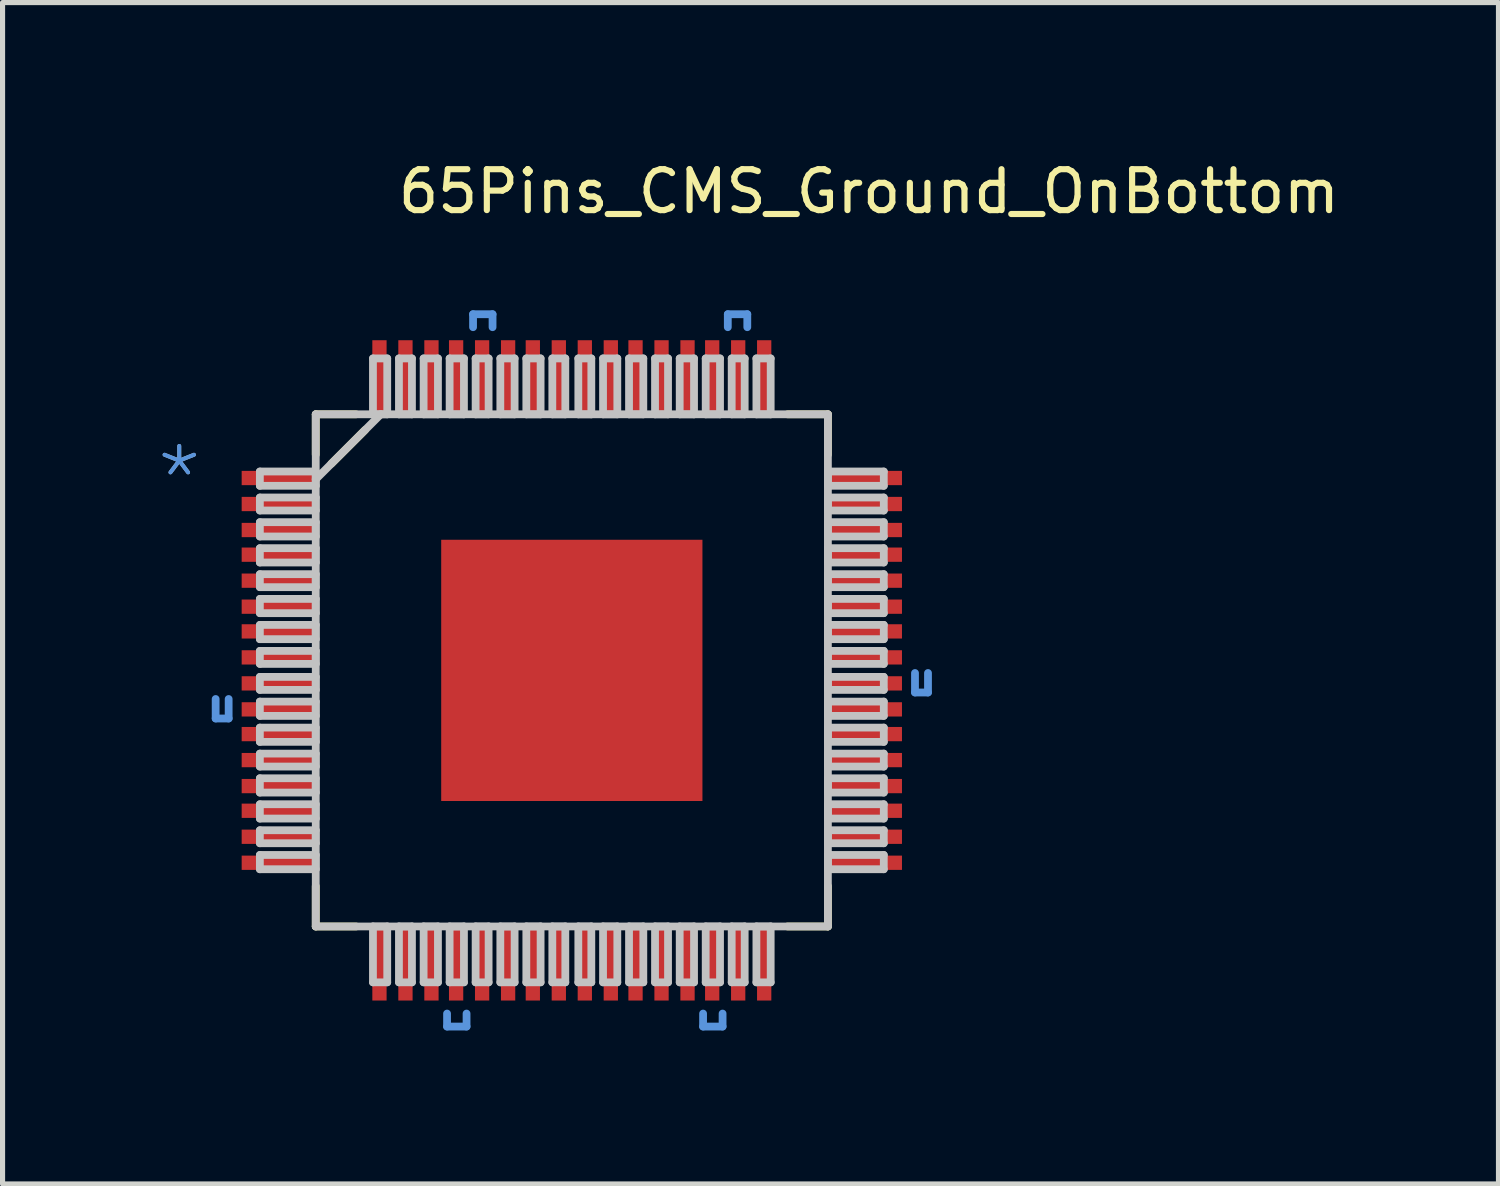
<source format=kicad_pcb>
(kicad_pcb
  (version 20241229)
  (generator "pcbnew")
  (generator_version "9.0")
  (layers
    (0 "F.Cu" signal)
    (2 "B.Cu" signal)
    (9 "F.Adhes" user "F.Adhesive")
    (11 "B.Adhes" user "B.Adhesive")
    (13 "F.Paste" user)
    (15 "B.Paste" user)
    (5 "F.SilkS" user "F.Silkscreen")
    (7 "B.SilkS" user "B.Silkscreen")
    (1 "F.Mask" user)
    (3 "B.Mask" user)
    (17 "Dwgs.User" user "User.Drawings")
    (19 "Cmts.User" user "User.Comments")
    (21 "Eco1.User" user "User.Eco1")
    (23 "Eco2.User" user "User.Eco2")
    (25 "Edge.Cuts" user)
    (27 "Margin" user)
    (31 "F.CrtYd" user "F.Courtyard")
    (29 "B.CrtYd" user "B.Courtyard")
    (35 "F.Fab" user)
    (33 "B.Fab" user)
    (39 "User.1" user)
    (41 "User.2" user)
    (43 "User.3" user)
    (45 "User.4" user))
  (footprint "65Pins_CMS_Ground_OnBottom"
    (layer "F.Cu")
    (at 8.124 10.05)
    (property "Reference" "65Pins_CMS_Ground_OnBottom" (at -3.454 -8.89 0) (layer "F.SilkS") (effects (font (size 0.8 0.8) (thickness 0.12)) (justify left bottom)))
    (attr through_hole)
    (fp_line (start -5.004 -5.004) (end -5.004 -4.216) (stroke (width 0.152) (type solid)) (layer "F.SilkS"))
    (fp_line (start -5.004 4.216) (end -5.004 5.004) (stroke (width 0.152) (type solid)) (layer "F.SilkS"))
    (fp_line (start -5.004 5.004) (end -4.216 5.004) (stroke (width 0.152) (type solid)) (layer "F.SilkS"))
    (fp_line (start -4.699 -4.039) (end -4.039 -4.699) (stroke (width 0.152) (type solid)) (layer "F.SilkS"))
    (fp_line (start -4.216 -5.004) (end -5.004 -5.004) (stroke (width 0.152) (type solid)) (layer "F.SilkS"))
    (fp_line (start 4.216 5.004) (end 5.004 5.004) (stroke (width 0.152) (type solid)) (layer "F.SilkS"))
    (fp_line (start 5.004 -5.004) (end 4.216 -5.004) (stroke (width 0.152) (type solid)) (layer "F.SilkS"))
    (fp_line (start 5.004 -4.216) (end 5.004 -5.004) (stroke (width 0.152) (type solid)) (layer "F.SilkS"))
    (fp_line (start 5.004 5.004) (end 5.004 4.216) (stroke (width 0.152) (type solid)) (layer "F.SilkS"))
    (fp_line (start -6.096 -3.886) (end -6.096 -3.607) (stroke (width 0.152) (type solid)) (layer "Dwgs.User"))
    (fp_line (start -6.096 -3.607) (end -5.004 -3.607) (stroke (width 0.152) (type solid)) (layer "Dwgs.User"))
    (fp_line (start -6.096 -3.378) (end -6.096 -3.124) (stroke (width 0.152) (type solid)) (layer "Dwgs.User"))
    (fp_line (start -6.096 -3.124) (end -5.004 -3.124) (stroke (width 0.152) (type solid)) (layer "Dwgs.User"))
    (fp_line (start -6.096 -2.896) (end -6.096 -2.616) (stroke (width 0.152) (type solid)) (layer "Dwgs.User"))
    (fp_line (start -6.096 -2.616) (end -5.004 -2.616) (stroke (width 0.152) (type solid)) (layer "Dwgs.User"))
    (fp_line (start -6.096 -2.388) (end -6.096 -2.108) (stroke (width 0.152) (type solid)) (layer "Dwgs.User"))
    (fp_line (start -6.096 -2.108) (end -5.004 -2.108) (stroke (width 0.152) (type solid)) (layer "Dwgs.User"))
    (fp_line (start -6.096 -1.88) (end -6.096 -1.626) (stroke (width 0.152) (type solid)) (layer "Dwgs.User"))
    (fp_line (start -6.096 -1.626) (end -5.004 -1.626) (stroke (width 0.152) (type solid)) (layer "Dwgs.User"))
    (fp_line (start -6.096 -1.397) (end -6.096 -1.118) (stroke (width 0.152) (type solid)) (layer "Dwgs.User"))
    (fp_line (start -6.096 -1.118) (end -5.004 -1.118) (stroke (width 0.152) (type solid)) (layer "Dwgs.User"))
    (fp_line (start -6.096 -0.889) (end -6.096 -0.61) (stroke (width 0.152) (type solid)) (layer "Dwgs.User"))
    (fp_line (start -6.096 -0.61) (end -5.004 -0.61) (stroke (width 0.152) (type solid)) (layer "Dwgs.User"))
    (fp_line (start -6.096 -0.381) (end -6.096 -0.127) (stroke (width 0.152) (type solid)) (layer "Dwgs.User"))
    (fp_line (start -6.096 -0.127) (end -5.004 -0.127) (stroke (width 0.152) (type solid)) (layer "Dwgs.User"))
    (fp_line (start -6.096 0.127) (end -6.096 0.381) (stroke (width 0.152) (type solid)) (layer "Dwgs.User"))
    (fp_line (start -6.096 0.381) (end -5.004 0.381) (stroke (width 0.152) (type solid)) (layer "Dwgs.User"))
    (fp_line (start -6.096 0.61) (end -6.096 0.889) (stroke (width 0.152) (type solid)) (layer "Dwgs.User"))
    (fp_line (start -6.096 0.889) (end -5.004 0.889) (stroke (width 0.152) (type solid)) (layer "Dwgs.User"))
    (fp_line (start -6.096 1.118) (end -6.096 1.397) (stroke (width 0.152) (type solid)) (layer "Dwgs.User"))
    (fp_line (start -6.096 1.397) (end -5.004 1.397) (stroke (width 0.152) (type solid)) (layer "Dwgs.User"))
    (fp_line (start -6.096 1.626) (end -6.096 1.88) (stroke (width 0.152) (type solid)) (layer "Dwgs.User"))
    (fp_line (start -6.096 1.88) (end -5.004 1.88) (stroke (width 0.152) (type solid)) (layer "Dwgs.User"))
    (fp_line (start -6.096 2.108) (end -6.096 2.388) (stroke (width 0.152) (type solid)) (layer "Dwgs.User"))
    (fp_line (start -6.096 2.388) (end -5.004 2.388) (stroke (width 0.152) (type solid)) (layer "Dwgs.User"))
    (fp_line (start -6.096 2.616) (end -6.096 2.896) (stroke (width 0.152) (type solid)) (layer "Dwgs.User"))
    (fp_line (start -6.096 2.896) (end -5.004 2.896) (stroke (width 0.152) (type solid)) (layer "Dwgs.User"))
    (fp_line (start -6.096 3.124) (end -6.096 3.378) (stroke (width 0.152) (type solid)) (layer "Dwgs.User"))
    (fp_line (start -6.096 3.378) (end -5.004 3.378) (stroke (width 0.152) (type solid)) (layer "Dwgs.User"))
    (fp_line (start -6.096 3.607) (end -6.096 3.886) (stroke (width 0.152) (type solid)) (layer "Dwgs.User"))
    (fp_line (start -6.096 3.886) (end -5.004 3.886) (stroke (width 0.152) (type solid)) (layer "Dwgs.User"))
    (fp_line (start -5.004 -5.004) (end -5.004 5.004) (stroke (width 0.152) (type solid)) (layer "Dwgs.User"))
    (fp_line (start -5.004 -3.886) (end -6.096 -3.886) (stroke (width 0.152) (type solid)) (layer "Dwgs.User"))
    (fp_line (start -5.004 -3.734) (end -5.004 -3.886) (stroke (width 0.152) (type solid)) (layer "Dwgs.User"))
    (fp_line (start -5.004 -3.734) (end -3.734 -5.004) (stroke (width 0.152) (type solid)) (layer "Dwgs.User"))
    (fp_line (start -5.004 -3.607) (end -5.004 -3.734) (stroke (width 0.152) (type solid)) (layer "Dwgs.User"))
    (fp_line (start -5.004 -3.378) (end -6.096 -3.378) (stroke (width 0.152) (type solid)) (layer "Dwgs.User"))
    (fp_line (start -5.004 -3.124) (end -5.004 -3.378) (stroke (width 0.152) (type solid)) (layer "Dwgs.User"))
    (fp_line (start -5.004 -2.896) (end -6.096 -2.896) (stroke (width 0.152) (type solid)) (layer "Dwgs.User"))
    (fp_line (start -5.004 -2.616) (end -5.004 -2.896) (stroke (width 0.152) (type solid)) (layer "Dwgs.User"))
    (fp_line (start -5.004 -2.388) (end -6.096 -2.388) (stroke (width 0.152) (type solid)) (layer "Dwgs.User"))
    (fp_line (start -5.004 -2.108) (end -5.004 -2.388) (stroke (width 0.152) (type solid)) (layer "Dwgs.User"))
    (fp_line (start -5.004 -1.88) (end -6.096 -1.88) (stroke (width 0.152) (type solid)) (layer "Dwgs.User"))
    (fp_line (start -5.004 -1.626) (end -5.004 -1.88) (stroke (width 0.152) (type solid)) (layer "Dwgs.User"))
    (fp_line (start -5.004 -1.397) (end -6.096 -1.397) (stroke (width 0.152) (type solid)) (layer "Dwgs.User"))
    (fp_line (start -5.004 -1.118) (end -5.004 -1.397) (stroke (width 0.152) (type solid)) (layer "Dwgs.User"))
    (fp_line (start -5.004 -0.889) (end -6.096 -0.889) (stroke (width 0.152) (type solid)) (layer "Dwgs.User"))
    (fp_line (start -5.004 -0.61) (end -5.004 -0.889) (stroke (width 0.152) (type solid)) (layer "Dwgs.User"))
    (fp_line (start -5.004 -0.381) (end -6.096 -0.381) (stroke (width 0.152) (type solid)) (layer "Dwgs.User"))
    (fp_line (start -5.004 -0.127) (end -5.004 -0.381) (stroke (width 0.152) (type solid)) (layer "Dwgs.User"))
    (fp_line (start -5.004 0.127) (end -6.096 0.127) (stroke (width 0.152) (type solid)) (layer "Dwgs.User"))
    (fp_line (start -5.004 0.381) (end -5.004 0.127) (stroke (width 0.152) (type solid)) (layer "Dwgs.User"))
    (fp_line (start -5.004 0.61) (end -6.096 0.61) (stroke (width 0.152) (type solid)) (layer "Dwgs.User"))
    (fp_line (start -5.004 0.889) (end -5.004 0.61) (stroke (width 0.152) (type solid)) (layer "Dwgs.User"))
    (fp_line (start -5.004 1.118) (end -6.096 1.118) (stroke (width 0.152) (type solid)) (layer "Dwgs.User"))
    (fp_line (start -5.004 1.397) (end -5.004 1.118) (stroke (width 0.152) (type solid)) (layer "Dwgs.User"))
    (fp_line (start -5.004 1.626) (end -6.096 1.626) (stroke (width 0.152) (type solid)) (layer "Dwgs.User"))
    (fp_line (start -5.004 1.88) (end -5.004 1.626) (stroke (width 0.152) (type solid)) (layer "Dwgs.User"))
    (fp_line (start -5.004 2.108) (end -6.096 2.108) (stroke (width 0.152) (type solid)) (layer "Dwgs.User"))
    (fp_line (start -5.004 2.388) (end -5.004 2.108) (stroke (width 0.152) (type solid)) (layer "Dwgs.User"))
    (fp_line (start -5.004 2.616) (end -6.096 2.616) (stroke (width 0.152) (type solid)) (layer "Dwgs.User"))
    (fp_line (start -5.004 2.896) (end -5.004 2.616) (stroke (width 0.152) (type solid)) (layer "Dwgs.User"))
    (fp_line (start -5.004 3.124) (end -6.096 3.124) (stroke (width 0.152) (type solid)) (layer "Dwgs.User"))
    (fp_line (start -5.004 3.378) (end -5.004 3.124) (stroke (width 0.152) (type solid)) (layer "Dwgs.User"))
    (fp_line (start -5.004 3.607) (end -6.096 3.607) (stroke (width 0.152) (type solid)) (layer "Dwgs.User"))
    (fp_line (start -5.004 3.886) (end -5.004 3.607) (stroke (width 0.152) (type solid)) (layer "Dwgs.User"))
    (fp_line (start -5.004 5.004) (end 5.004 5.004) (stroke (width 0.152) (type solid)) (layer "Dwgs.User"))
    (fp_line (start -3.886 -6.096) (end -3.886 -5.004) (stroke (width 0.152) (type solid)) (layer "Dwgs.User"))
    (fp_line (start -3.886 -5.004) (end -3.734 -5.004) (stroke (width 0.152) (type solid)) (layer "Dwgs.User"))
    (fp_line (start -3.886 5.004) (end -3.886 6.096) (stroke (width 0.152) (type solid)) (layer "Dwgs.User"))
    (fp_line (start -3.886 6.096) (end -3.607 6.096) (stroke (width 0.152) (type solid)) (layer "Dwgs.User"))
    (fp_line (start -3.734 -5.004) (end -3.607 -5.004) (stroke (width 0.152) (type solid)) (layer "Dwgs.User"))
    (fp_line (start -3.607 -6.096) (end -3.886 -6.096) (stroke (width 0.152) (type solid)) (layer "Dwgs.User"))
    (fp_line (start -3.607 -5.004) (end -3.607 -6.096) (stroke (width 0.152) (type solid)) (layer "Dwgs.User"))
    (fp_line (start -3.607 5.004) (end -3.886 5.004) (stroke (width 0.152) (type solid)) (layer "Dwgs.User"))
    (fp_line (start -3.607 6.096) (end -3.607 5.004) (stroke (width 0.152) (type solid)) (layer "Dwgs.User"))
    (fp_line (start -3.378 -6.096) (end -3.378 -5.004) (stroke (width 0.152) (type solid)) (layer "Dwgs.User"))
    (fp_line (start -3.378 -5.004) (end -3.124 -5.004) (stroke (width 0.152) (type solid)) (layer "Dwgs.User"))
    (fp_line (start -3.378 5.004) (end -3.378 6.096) (stroke (width 0.152) (type solid)) (layer "Dwgs.User"))
    (fp_line (start -3.378 6.096) (end -3.124 6.096) (stroke (width 0.152) (type solid)) (layer "Dwgs.User"))
    (fp_line (start -3.124 -6.096) (end -3.378 -6.096) (stroke (width 0.152) (type solid)) (layer "Dwgs.User"))
    (fp_line (start -3.124 -5.004) (end -3.124 -6.096) (stroke (width 0.152) (type solid)) (layer "Dwgs.User"))
    (fp_line (start -3.124 5.004) (end -3.378 5.004) (stroke (width 0.152) (type solid)) (layer "Dwgs.User"))
    (fp_line (start -3.124 6.096) (end -3.124 5.004) (stroke (width 0.152) (type solid)) (layer "Dwgs.User"))
    (fp_line (start -2.896 -6.096) (end -2.896 -5.004) (stroke (width 0.152) (type solid)) (layer "Dwgs.User"))
    (fp_line (start -2.896 -5.004) (end -2.616 -5.004) (stroke (width 0.152) (type solid)) (layer "Dwgs.User"))
    (fp_line (start -2.896 5.004) (end -2.896 6.096) (stroke (width 0.152) (type solid)) (layer "Dwgs.User"))
    (fp_line (start -2.896 6.096) (end -2.616 6.096) (stroke (width 0.152) (type solid)) (layer "Dwgs.User"))
    (fp_line (start -2.616 -6.096) (end -2.896 -6.096) (stroke (width 0.152) (type solid)) (layer "Dwgs.User"))
    (fp_line (start -2.616 -5.004) (end -2.616 -6.096) (stroke (width 0.152) (type solid)) (layer "Dwgs.User"))
    (fp_line (start -2.616 5.004) (end -2.896 5.004) (stroke (width 0.152) (type solid)) (layer "Dwgs.User"))
    (fp_line (start -2.616 6.096) (end -2.616 5.004) (stroke (width 0.152) (type solid)) (layer "Dwgs.User"))
    (fp_line (start -2.388 -6.096) (end -2.388 -5.004) (stroke (width 0.152) (type solid)) (layer "Dwgs.User"))
    (fp_line (start -2.388 -5.004) (end -2.108 -5.004) (stroke (width 0.152) (type solid)) (layer "Dwgs.User"))
    (fp_line (start -2.388 5.004) (end -2.388 6.096) (stroke (width 0.152) (type solid)) (layer "Dwgs.User"))
    (fp_line (start -2.388 6.096) (end -2.108 6.096) (stroke (width 0.152) (type solid)) (layer "Dwgs.User"))
    (fp_line (start -2.108 -6.096) (end -2.388 -6.096) (stroke (width 0.152) (type solid)) (layer "Dwgs.User"))
    (fp_line (start -2.108 -5.004) (end -2.108 -6.096) (stroke (width 0.152) (type solid)) (layer "Dwgs.User"))
    (fp_line (start -2.108 5.004) (end -2.388 5.004) (stroke (width 0.152) (type solid)) (layer "Dwgs.User"))
    (fp_line (start -2.108 6.096) (end -2.108 5.004) (stroke (width 0.152) (type solid)) (layer "Dwgs.User"))
    (fp_line (start -1.88 -6.096) (end -1.88 -5.004) (stroke (width 0.152) (type solid)) (layer "Dwgs.User"))
    (fp_line (start -1.88 -5.004) (end -1.626 -5.004) (stroke (width 0.152) (type solid)) (layer "Dwgs.User"))
    (fp_line (start -1.88 5.004) (end -1.88 6.096) (stroke (width 0.152) (type solid)) (layer "Dwgs.User"))
    (fp_line (start -1.88 6.096) (end -1.626 6.096) (stroke (width 0.152) (type solid)) (layer "Dwgs.User"))
    (fp_line (start -1.626 -6.096) (end -1.88 -6.096) (stroke (width 0.152) (type solid)) (layer "Dwgs.User"))
    (fp_line (start -1.626 -5.004) (end -1.626 -6.096) (stroke (width 0.152) (type solid)) (layer "Dwgs.User"))
    (fp_line (start -1.626 5.004) (end -1.88 5.004) (stroke (width 0.152) (type solid)) (layer "Dwgs.User"))
    (fp_line (start -1.626 6.096) (end -1.626 5.004) (stroke (width 0.152) (type solid)) (layer "Dwgs.User"))
    (fp_line (start -1.397 -6.096) (end -1.397 -5.004) (stroke (width 0.152) (type solid)) (layer "Dwgs.User"))
    (fp_line (start -1.397 -5.004) (end -1.118 -5.004) (stroke (width 0.152) (type solid)) (layer "Dwgs.User"))
    (fp_line (start -1.397 5.004) (end -1.397 6.096) (stroke (width 0.152) (type solid)) (layer "Dwgs.User"))
    (fp_line (start -1.397 6.096) (end -1.118 6.096) (stroke (width 0.152) (type solid)) (layer "Dwgs.User"))
    (fp_line (start -1.118 -6.096) (end -1.397 -6.096) (stroke (width 0.152) (type solid)) (layer "Dwgs.User"))
    (fp_line (start -1.118 -5.004) (end -1.118 -6.096) (stroke (width 0.152) (type solid)) (layer "Dwgs.User"))
    (fp_line (start -1.118 5.004) (end -1.397 5.004) (stroke (width 0.152) (type solid)) (layer "Dwgs.User"))
    (fp_line (start -1.118 6.096) (end -1.118 5.004) (stroke (width 0.152) (type solid)) (layer "Dwgs.User"))
    (fp_line (start -0.889 -6.096) (end -0.889 -5.004) (stroke (width 0.152) (type solid)) (layer "Dwgs.User"))
    (fp_line (start -0.889 -5.004) (end -0.61 -5.004) (stroke (width 0.152) (type solid)) (layer "Dwgs.User"))
    (fp_line (start -0.889 5.004) (end -0.889 6.096) (stroke (width 0.152) (type solid)) (layer "Dwgs.User"))
    (fp_line (start -0.889 6.096) (end -0.61 6.096) (stroke (width 0.152) (type solid)) (layer "Dwgs.User"))
    (fp_line (start -0.61 -6.096) (end -0.889 -6.096) (stroke (width 0.152) (type solid)) (layer "Dwgs.User"))
    (fp_line (start -0.61 -5.004) (end -0.61 -6.096) (stroke (width 0.152) (type solid)) (layer "Dwgs.User"))
    (fp_line (start -0.61 5.004) (end -0.889 5.004) (stroke (width 0.152) (type solid)) (layer "Dwgs.User"))
    (fp_line (start -0.61 6.096) (end -0.61 5.004) (stroke (width 0.152) (type solid)) (layer "Dwgs.User"))
    (fp_line (start -0.381 -6.096) (end -0.381 -5.004) (stroke (width 0.152) (type solid)) (layer "Dwgs.User"))
    (fp_line (start -0.381 -5.004) (end -0.127 -5.004) (stroke (width 0.152) (type solid)) (layer "Dwgs.User"))
    (fp_line (start -0.381 5.004) (end -0.381 6.096) (stroke (width 0.152) (type solid)) (layer "Dwgs.User"))
    (fp_line (start -0.381 6.096) (end -0.127 6.096) (stroke (width 0.152) (type solid)) (layer "Dwgs.User"))
    (fp_line (start -0.127 -6.096) (end -0.381 -6.096) (stroke (width 0.152) (type solid)) (layer "Dwgs.User"))
    (fp_line (start -0.127 -5.004) (end -0.127 -6.096) (stroke (width 0.152) (type solid)) (layer "Dwgs.User"))
    (fp_line (start -0.127 5.004) (end -0.381 5.004) (stroke (width 0.152) (type solid)) (layer "Dwgs.User"))
    (fp_line (start -0.127 6.096) (end -0.127 5.004) (stroke (width 0.152) (type solid)) (layer "Dwgs.User"))
    (fp_line (start 0.127 -6.096) (end 0.127 -5.004) (stroke (width 0.152) (type solid)) (layer "Dwgs.User"))
    (fp_line (start 0.127 -5.004) (end 0.381 -5.004) (stroke (width 0.152) (type solid)) (layer "Dwgs.User"))
    (fp_line (start 0.127 5.004) (end 0.127 6.096) (stroke (width 0.152) (type solid)) (layer "Dwgs.User"))
    (fp_line (start 0.127 6.096) (end 0.381 6.096) (stroke (width 0.152) (type solid)) (layer "Dwgs.User"))
    (fp_line (start 0.381 -6.096) (end 0.127 -6.096) (stroke (width 0.152) (type solid)) (layer "Dwgs.User"))
    (fp_line (start 0.381 -5.004) (end 0.381 -6.096) (stroke (width 0.152) (type solid)) (layer "Dwgs.User"))
    (fp_line (start 0.381 5.004) (end 0.127 5.004) (stroke (width 0.152) (type solid)) (layer "Dwgs.User"))
    (fp_line (start 0.381 6.096) (end 0.381 5.004) (stroke (width 0.152) (type solid)) (layer "Dwgs.User"))
    (fp_line (start 0.61 -6.096) (end 0.61 -5.004) (stroke (width 0.152) (type solid)) (layer "Dwgs.User"))
    (fp_line (start 0.61 -5.004) (end 0.889 -5.004) (stroke (width 0.152) (type solid)) (layer "Dwgs.User"))
    (fp_line (start 0.61 5.004) (end 0.61 6.096) (stroke (width 0.152) (type solid)) (layer "Dwgs.User"))
    (fp_line (start 0.61 6.096) (end 0.889 6.096) (stroke (width 0.152) (type solid)) (layer "Dwgs.User"))
    (fp_line (start 0.889 -6.096) (end 0.61 -6.096) (stroke (width 0.152) (type solid)) (layer "Dwgs.User"))
    (fp_line (start 0.889 -5.004) (end 0.889 -6.096) (stroke (width 0.152) (type solid)) (layer "Dwgs.User"))
    (fp_line (start 0.889 5.004) (end 0.61 5.004) (stroke (width 0.152) (type solid)) (layer "Dwgs.User"))
    (fp_line (start 0.889 6.096) (end 0.889 5.004) (stroke (width 0.152) (type solid)) (layer "Dwgs.User"))
    (fp_line (start 1.118 -6.096) (end 1.118 -5.004) (stroke (width 0.152) (type solid)) (layer "Dwgs.User"))
    (fp_line (start 1.118 -5.004) (end 1.397 -5.004) (stroke (width 0.152) (type solid)) (layer "Dwgs.User"))
    (fp_line (start 1.118 5.004) (end 1.118 6.096) (stroke (width 0.152) (type solid)) (layer "Dwgs.User"))
    (fp_line (start 1.118 6.096) (end 1.397 6.096) (stroke (width 0.152) (type solid)) (layer "Dwgs.User"))
    (fp_line (start 1.397 -6.096) (end 1.118 -6.096) (stroke (width 0.152) (type solid)) (layer "Dwgs.User"))
    (fp_line (start 1.397 -5.004) (end 1.397 -6.096) (stroke (width 0.152) (type solid)) (layer "Dwgs.User"))
    (fp_line (start 1.397 5.004) (end 1.118 5.004) (stroke (width 0.152) (type solid)) (layer "Dwgs.User"))
    (fp_line (start 1.397 6.096) (end 1.397 5.004) (stroke (width 0.152) (type solid)) (layer "Dwgs.User"))
    (fp_line (start 1.626 -6.096) (end 1.626 -5.004) (stroke (width 0.152) (type solid)) (layer "Dwgs.User"))
    (fp_line (start 1.626 -5.004) (end 1.88 -5.004) (stroke (width 0.152) (type solid)) (layer "Dwgs.User"))
    (fp_line (start 1.626 5.004) (end 1.626 6.096) (stroke (width 0.152) (type solid)) (layer "Dwgs.User"))
    (fp_line (start 1.626 6.096) (end 1.88 6.096) (stroke (width 0.152) (type solid)) (layer "Dwgs.User"))
    (fp_line (start 1.88 -6.096) (end 1.626 -6.096) (stroke (width 0.152) (type solid)) (layer "Dwgs.User"))
    (fp_line (start 1.88 -5.004) (end 1.88 -6.096) (stroke (width 0.152) (type solid)) (layer "Dwgs.User"))
    (fp_line (start 1.88 5.004) (end 1.626 5.004) (stroke (width 0.152) (type solid)) (layer "Dwgs.User"))
    (fp_line (start 1.88 6.096) (end 1.88 5.004) (stroke (width 0.152) (type solid)) (layer "Dwgs.User"))
    (fp_line (start 2.108 -6.096) (end 2.108 -5.004) (stroke (width 0.152) (type solid)) (layer "Dwgs.User"))
    (fp_line (start 2.108 -5.004) (end 2.388 -5.004) (stroke (width 0.152) (type solid)) (layer "Dwgs.User"))
    (fp_line (start 2.108 5.004) (end 2.108 6.096) (stroke (width 0.152) (type solid)) (layer "Dwgs.User"))
    (fp_line (start 2.108 6.096) (end 2.388 6.096) (stroke (width 0.152) (type solid)) (layer "Dwgs.User"))
    (fp_line (start 2.388 -6.096) (end 2.108 -6.096) (stroke (width 0.152) (type solid)) (layer "Dwgs.User"))
    (fp_line (start 2.388 -5.004) (end 2.388 -6.096) (stroke (width 0.152) (type solid)) (layer "Dwgs.User"))
    (fp_line (start 2.388 5.004) (end 2.108 5.004) (stroke (width 0.152) (type solid)) (layer "Dwgs.User"))
    (fp_line (start 2.388 6.096) (end 2.388 5.004) (stroke (width 0.152) (type solid)) (layer "Dwgs.User"))
    (fp_line (start 2.616 -6.096) (end 2.616 -5.004) (stroke (width 0.152) (type solid)) (layer "Dwgs.User"))
    (fp_line (start 2.616 -5.004) (end 2.896 -5.004) (stroke (width 0.152) (type solid)) (layer "Dwgs.User"))
    (fp_line (start 2.616 5.004) (end 2.616 6.096) (stroke (width 0.152) (type solid)) (layer "Dwgs.User"))
    (fp_line (start 2.616 6.096) (end 2.896 6.096) (stroke (width 0.152) (type solid)) (layer "Dwgs.User"))
    (fp_line (start 2.896 -6.096) (end 2.616 -6.096) (stroke (width 0.152) (type solid)) (layer "Dwgs.User"))
    (fp_line (start 2.896 -5.004) (end 2.896 -6.096) (stroke (width 0.152) (type solid)) (layer "Dwgs.User"))
    (fp_line (start 2.896 5.004) (end 2.616 5.004) (stroke (width 0.152) (type solid)) (layer "Dwgs.User"))
    (fp_line (start 2.896 6.096) (end 2.896 5.004) (stroke (width 0.152) (type solid)) (layer "Dwgs.User"))
    (fp_line (start 3.124 -6.096) (end 3.124 -5.004) (stroke (width 0.152) (type solid)) (layer "Dwgs.User"))
    (fp_line (start 3.124 -5.004) (end 3.378 -5.004) (stroke (width 0.152) (type solid)) (layer "Dwgs.User"))
    (fp_line (start 3.124 5.004) (end 3.124 6.096) (stroke (width 0.152) (type solid)) (layer "Dwgs.User"))
    (fp_line (start 3.124 6.096) (end 3.378 6.096) (stroke (width 0.152) (type solid)) (layer "Dwgs.User"))
    (fp_line (start 3.378 -6.096) (end 3.124 -6.096) (stroke (width 0.152) (type solid)) (layer "Dwgs.User"))
    (fp_line (start 3.378 -5.004) (end 3.378 -6.096) (stroke (width 0.152) (type solid)) (layer "Dwgs.User"))
    (fp_line (start 3.378 5.004) (end 3.124 5.004) (stroke (width 0.152) (type solid)) (layer "Dwgs.User"))
    (fp_line (start 3.378 6.096) (end 3.378 5.004) (stroke (width 0.152) (type solid)) (layer "Dwgs.User"))
    (fp_line (start 3.607 -6.096) (end 3.607 -5.004) (stroke (width 0.152) (type solid)) (layer "Dwgs.User"))
    (fp_line (start 3.607 -5.004) (end 3.886 -5.004) (stroke (width 0.152) (type solid)) (layer "Dwgs.User"))
    (fp_line (start 3.607 5.004) (end 3.607 6.096) (stroke (width 0.152) (type solid)) (layer "Dwgs.User"))
    (fp_line (start 3.607 6.096) (end 3.886 6.096) (stroke (width 0.152) (type solid)) (layer "Dwgs.User"))
    (fp_line (start 3.886 -6.096) (end 3.607 -6.096) (stroke (width 0.152) (type solid)) (layer "Dwgs.User"))
    (fp_line (start 3.886 -5.004) (end 3.886 -6.096) (stroke (width 0.152) (type solid)) (layer "Dwgs.User"))
    (fp_line (start 3.886 5.004) (end 3.607 5.004) (stroke (width 0.152) (type solid)) (layer "Dwgs.User"))
    (fp_line (start 3.886 6.096) (end 3.886 5.004) (stroke (width 0.152) (type solid)) (layer "Dwgs.User"))
    (fp_line (start 5.004 -5.004) (end -5.004 -5.004) (stroke (width 0.152) (type solid)) (layer "Dwgs.User"))
    (fp_line (start 5.004 -3.886) (end 5.004 -3.607) (stroke (width 0.152) (type solid)) (layer "Dwgs.User"))
    (fp_line (start 5.004 -3.607) (end 6.096 -3.607) (stroke (width 0.152) (type solid)) (layer "Dwgs.User"))
    (fp_line (start 5.004 -3.378) (end 5.004 -3.124) (stroke (width 0.152) (type solid)) (layer "Dwgs.User"))
    (fp_line (start 5.004 -3.124) (end 6.096 -3.124) (stroke (width 0.152) (type solid)) (layer "Dwgs.User"))
    (fp_line (start 5.004 -2.896) (end 5.004 -2.616) (stroke (width 0.152) (type solid)) (layer "Dwgs.User"))
    (fp_line (start 5.004 -2.616) (end 6.096 -2.616) (stroke (width 0.152) (type solid)) (layer "Dwgs.User"))
    (fp_line (start 5.004 -2.388) (end 5.004 -2.108) (stroke (width 0.152) (type solid)) (layer "Dwgs.User"))
    (fp_line (start 5.004 -2.108) (end 6.096 -2.108) (stroke (width 0.152) (type solid)) (layer "Dwgs.User"))
    (fp_line (start 5.004 -1.88) (end 5.004 -1.626) (stroke (width 0.152) (type solid)) (layer "Dwgs.User"))
    (fp_line (start 5.004 -1.626) (end 6.096 -1.626) (stroke (width 0.152) (type solid)) (layer "Dwgs.User"))
    (fp_line (start 5.004 -1.397) (end 5.004 -1.118) (stroke (width 0.152) (type solid)) (layer "Dwgs.User"))
    (fp_line (start 5.004 -1.118) (end 6.096 -1.118) (stroke (width 0.152) (type solid)) (layer "Dwgs.User"))
    (fp_line (start 5.004 -0.889) (end 5.004 -0.61) (stroke (width 0.152) (type solid)) (layer "Dwgs.User"))
    (fp_line (start 5.004 -0.61) (end 6.096 -0.61) (stroke (width 0.152) (type solid)) (layer "Dwgs.User"))
    (fp_line (start 5.004 -0.381) (end 5.004 -0.127) (stroke (width 0.152) (type solid)) (layer "Dwgs.User"))
    (fp_line (start 5.004 -0.127) (end 6.096 -0.127) (stroke (width 0.152) (type solid)) (layer "Dwgs.User"))
    (fp_line (start 5.004 0.127) (end 5.004 0.381) (stroke (width 0.152) (type solid)) (layer "Dwgs.User"))
    (fp_line (start 5.004 0.381) (end 6.096 0.381) (stroke (width 0.152) (type solid)) (layer "Dwgs.User"))
    (fp_line (start 5.004 0.61) (end 5.004 0.889) (stroke (width 0.152) (type solid)) (layer "Dwgs.User"))
    (fp_line (start 5.004 0.889) (end 6.096 0.889) (stroke (width 0.152) (type solid)) (layer "Dwgs.User"))
    (fp_line (start 5.004 1.118) (end 5.004 1.397) (stroke (width 0.152) (type solid)) (layer "Dwgs.User"))
    (fp_line (start 5.004 1.397) (end 6.096 1.397) (stroke (width 0.152) (type solid)) (layer "Dwgs.User"))
    (fp_line (start 5.004 1.626) (end 5.004 1.88) (stroke (width 0.152) (type solid)) (layer "Dwgs.User"))
    (fp_line (start 5.004 1.88) (end 6.096 1.88) (stroke (width 0.152) (type solid)) (layer "Dwgs.User"))
    (fp_line (start 5.004 2.108) (end 5.004 2.388) (stroke (width 0.152) (type solid)) (layer "Dwgs.User"))
    (fp_line (start 5.004 2.388) (end 6.096 2.388) (stroke (width 0.152) (type solid)) (layer "Dwgs.User"))
    (fp_line (start 5.004 2.616) (end 5.004 2.896) (stroke (width 0.152) (type solid)) (layer "Dwgs.User"))
    (fp_line (start 5.004 2.896) (end 6.096 2.896) (stroke (width 0.152) (type solid)) (layer "Dwgs.User"))
    (fp_line (start 5.004 3.124) (end 5.004 3.378) (stroke (width 0.152) (type solid)) (layer "Dwgs.User"))
    (fp_line (start 5.004 3.378) (end 6.096 3.378) (stroke (width 0.152) (type solid)) (layer "Dwgs.User"))
    (fp_line (start 5.004 3.607) (end 5.004 3.886) (stroke (width 0.152) (type solid)) (layer "Dwgs.User"))
    (fp_line (start 5.004 3.886) (end 6.096 3.886) (stroke (width 0.152) (type solid)) (layer "Dwgs.User"))
    (fp_line (start 5.004 5.004) (end 5.004 -5.004) (stroke (width 0.152) (type solid)) (layer "Dwgs.User"))
    (fp_line (start 6.096 -3.886) (end 5.004 -3.886) (stroke (width 0.152) (type solid)) (layer "Dwgs.User"))
    (fp_line (start 6.096 -3.607) (end 6.096 -3.886) (stroke (width 0.152) (type solid)) (layer "Dwgs.User"))
    (fp_line (start 6.096 -3.378) (end 5.004 -3.378) (stroke (width 0.152) (type solid)) (layer "Dwgs.User"))
    (fp_line (start 6.096 -3.124) (end 6.096 -3.378) (stroke (width 0.152) (type solid)) (layer "Dwgs.User"))
    (fp_line (start 6.096 -2.896) (end 5.004 -2.896) (stroke (width 0.152) (type solid)) (layer "Dwgs.User"))
    (fp_line (start 6.096 -2.616) (end 6.096 -2.896) (stroke (width 0.152) (type solid)) (layer "Dwgs.User"))
    (fp_line (start 6.096 -2.388) (end 5.004 -2.388) (stroke (width 0.152) (type solid)) (layer "Dwgs.User"))
    (fp_line (start 6.096 -2.108) (end 6.096 -2.388) (stroke (width 0.152) (type solid)) (layer "Dwgs.User"))
    (fp_line (start 6.096 -1.88) (end 5.004 -1.88) (stroke (width 0.152) (type solid)) (layer "Dwgs.User"))
    (fp_line (start 6.096 -1.626) (end 6.096 -1.88) (stroke (width 0.152) (type solid)) (layer "Dwgs.User"))
    (fp_line (start 6.096 -1.397) (end 5.004 -1.397) (stroke (width 0.152) (type solid)) (layer "Dwgs.User"))
    (fp_line (start 6.096 -1.118) (end 6.096 -1.397) (stroke (width 0.152) (type solid)) (layer "Dwgs.User"))
    (fp_line (start 6.096 -0.889) (end 5.004 -0.889) (stroke (width 0.152) (type solid)) (layer "Dwgs.User"))
    (fp_line (start 6.096 -0.61) (end 6.096 -0.889) (stroke (width 0.152) (type solid)) (layer "Dwgs.User"))
    (fp_line (start 6.096 -0.381) (end 5.004 -0.381) (stroke (width 0.152) (type solid)) (layer "Dwgs.User"))
    (fp_line (start 6.096 -0.127) (end 6.096 -0.381) (stroke (width 0.152) (type solid)) (layer "Dwgs.User"))
    (fp_line (start 6.096 0.127) (end 5.004 0.127) (stroke (width 0.152) (type solid)) (layer "Dwgs.User"))
    (fp_line (start 6.096 0.381) (end 6.096 0.127) (stroke (width 0.152) (type solid)) (layer "Dwgs.User"))
    (fp_line (start 6.096 0.61) (end 5.004 0.61) (stroke (width 0.152) (type solid)) (layer "Dwgs.User"))
    (fp_line (start 6.096 0.889) (end 6.096 0.61) (stroke (width 0.152) (type solid)) (layer "Dwgs.User"))
    (fp_line (start 6.096 1.118) (end 5.004 1.118) (stroke (width 0.152) (type solid)) (layer "Dwgs.User"))
    (fp_line (start 6.096 1.397) (end 6.096 1.118) (stroke (width 0.152) (type solid)) (layer "Dwgs.User"))
    (fp_line (start 6.096 1.626) (end 5.004 1.626) (stroke (width 0.152) (type solid)) (layer "Dwgs.User"))
    (fp_line (start 6.096 1.88) (end 6.096 1.626) (stroke (width 0.152) (type solid)) (layer "Dwgs.User"))
    (fp_line (start 6.096 2.108) (end 5.004 2.108) (stroke (width 0.152) (type solid)) (layer "Dwgs.User"))
    (fp_line (start 6.096 2.388) (end 6.096 2.108) (stroke (width 0.152) (type solid)) (layer "Dwgs.User"))
    (fp_line (start 6.096 2.616) (end 5.004 2.616) (stroke (width 0.152) (type solid)) (layer "Dwgs.User"))
    (fp_line (start 6.096 2.896) (end 6.096 2.616) (stroke (width 0.152) (type solid)) (layer "Dwgs.User"))
    (fp_line (start 6.096 3.124) (end 5.004 3.124) (stroke (width 0.152) (type solid)) (layer "Dwgs.User"))
    (fp_line (start 6.096 3.378) (end 6.096 3.124) (stroke (width 0.152) (type solid)) (layer "Dwgs.User"))
    (fp_line (start 6.096 3.607) (end 5.004 3.607) (stroke (width 0.152) (type solid)) (layer "Dwgs.User"))
    (fp_line (start 6.096 3.886) (end 6.096 3.607) (stroke (width 0.152) (type solid)) (layer "Dwgs.User"))
    (fp_line (start -6.96 0.559) (end -6.96 0.94) (stroke (width 0.152) (type solid)) (layer "Cmts.User"))
    (fp_line (start -6.96 0.94) (end -6.706 0.94) (stroke (width 0.152) (type solid)) (layer "Cmts.User"))
    (fp_line (start -6.706 0.94) (end -6.706 0.559) (stroke (width 0.152) (type solid)) (layer "Cmts.User"))
    (fp_line (start -2.438 6.706) (end -2.438 6.96) (stroke (width 0.152) (type solid)) (layer "Cmts.User"))
    (fp_line (start -2.438 6.96) (end -2.057 6.96) (stroke (width 0.152) (type solid)) (layer "Cmts.User"))
    (fp_line (start -2.057 6.96) (end -2.057 6.706) (stroke (width 0.152) (type solid)) (layer "Cmts.User"))
    (fp_line (start -1.93 -6.96) (end -1.549 -6.96) (stroke (width 0.152) (type solid)) (layer "Cmts.User"))
    (fp_line (start -1.93 -6.706) (end -1.93 -6.96) (stroke (width 0.152) (type solid)) (layer "Cmts.User"))
    (fp_line (start -1.549 -6.96) (end -1.549 -6.706) (stroke (width 0.152) (type solid)) (layer "Cmts.User"))
    (fp_line (start 2.565 6.706) (end 2.565 6.96) (stroke (width 0.152) (type solid)) (layer "Cmts.User"))
    (fp_line (start 2.565 6.96) (end 2.946 6.96) (stroke (width 0.152) (type solid)) (layer "Cmts.User"))
    (fp_line (start 2.946 6.96) (end 2.946 6.706) (stroke (width 0.152) (type solid)) (layer "Cmts.User"))
    (fp_line (start 3.048 -6.96) (end 3.429 -6.96) (stroke (width 0.152) (type solid)) (layer "Cmts.User"))
    (fp_line (start 3.048 -6.706) (end 3.048 -6.96) (stroke (width 0.152) (type solid)) (layer "Cmts.User"))
    (fp_line (start 3.429 -6.96) (end 3.429 -6.706) (stroke (width 0.152) (type solid)) (layer "Cmts.User"))
    (fp_line (start 6.706 0.432) (end 6.706 0.051) (stroke (width 0.152) (type solid)) (layer "Cmts.User"))
    (fp_line (start 6.96 0.051) (end 6.96 0.432) (stroke (width 0.152) (type solid)) (layer "Cmts.User"))
    (fp_line (start 6.96 0.432) (end 6.706 0.432) (stroke (width 0.152) (type solid)) (layer "Cmts.User"))
    (fp_text user "*" (at -7.671 -3.734 0) (layer "Dwgs.User") (effects (font (size 1.206 1.206) (thickness 0.076))))
    (fp_text user "*" (at -7.671 -3.734 0) (layer "Cmts.User") (effects (font (size 1.206 1.206) (thickness 0.076))))
    (pad "1" smd rect (at -5.715 -3.759 270) (size 0.279 1.473) (layers "F.Cu" "F.Mask" "F.Paste"))
    (pad "2" smd rect (at -5.715 -3.251 270) (size 0.279 1.473) (layers "F.Cu" "F.Mask" "F.Paste"))
    (pad "3" smd rect (at -5.715 -2.743 270) (size 0.279 1.473) (layers "F.Cu" "F.Mask" "F.Paste"))
    (pad "4" smd rect (at -5.715 -2.261 270) (size 0.279 1.473) (layers "F.Cu" "F.Mask" "F.Paste"))
    (pad "5" smd rect (at -5.715 -1.753 270) (size 0.279 1.473) (layers "F.Cu" "F.Mask" "F.Paste"))
    (pad "6" smd rect (at -5.715 -1.245 270) (size 0.279 1.473) (layers "F.Cu" "F.Mask" "F.Paste"))
    (pad "7" smd rect (at -5.715 -0.762 270) (size 0.279 1.473) (layers "F.Cu" "F.Mask" "F.Paste"))
    (pad "8" smd rect (at -5.715 -0.254 270) (size 0.279 1.473) (layers "F.Cu" "F.Mask" "F.Paste"))
    (pad "9" smd rect (at -5.715 0.254 270) (size 0.279 1.473) (layers "F.Cu" "F.Mask" "F.Paste"))
    (pad "10" smd rect (at -5.715 0.762 270) (size 0.279 1.473) (layers "F.Cu" "F.Mask" "F.Paste"))
    (pad "11" smd rect (at -5.715 1.245 270) (size 0.279 1.473) (layers "F.Cu" "F.Mask" "F.Paste"))
    (pad "12" smd rect (at -5.715 1.753 270) (size 0.279 1.473) (layers "F.Cu" "F.Mask" "F.Paste"))
    (pad "13" smd rect (at -5.715 2.261 270) (size 0.279 1.473) (layers "F.Cu" "F.Mask" "F.Paste"))
    (pad "14" smd rect (at -5.715 2.743 270) (size 0.279 1.473) (layers "F.Cu" "F.Mask" "F.Paste"))
    (pad "15" smd rect (at -5.715 3.251 270) (size 0.279 1.473) (layers "F.Cu" "F.Mask" "F.Paste"))
    (pad "16" smd rect (at -5.715 3.759 270) (size 0.279 1.473) (layers "F.Cu" "F.Mask" "F.Paste"))
    (pad "17" smd rect (at -3.759 5.715 180) (size 0.279 1.473) (layers "F.Cu" "F.Mask" "F.Paste"))
    (pad "18" smd rect (at -3.251 5.715 180) (size 0.279 1.473) (layers "F.Cu" "F.Mask" "F.Paste"))
    (pad "19" smd rect (at -2.743 5.715 180) (size 0.279 1.473) (layers "F.Cu" "F.Mask" "F.Paste"))
    (pad "20" smd rect (at -2.261 5.715 180) (size 0.279 1.473) (layers "F.Cu" "F.Mask" "F.Paste"))
    (pad "21" smd rect (at -1.753 5.715 180) (size 0.279 1.473) (layers "F.Cu" "F.Mask" "F.Paste"))
    (pad "22" smd rect (at -1.245 5.715 180) (size 0.279 1.473) (layers "F.Cu" "F.Mask" "F.Paste"))
    (pad "23" smd rect (at -0.762 5.715 180) (size 0.279 1.473) (layers "F.Cu" "F.Mask" "F.Paste"))
    (pad "24" smd rect (at -0.254 5.715 180) (size 0.279 1.473) (layers "F.Cu" "F.Mask" "F.Paste"))
    (pad "25" smd rect (at 0.254 5.715 180) (size 0.279 1.473) (layers "F.Cu" "F.Mask" "F.Paste"))
    (pad "26" smd rect (at 0.762 5.715 180) (size 0.279 1.473) (layers "F.Cu" "F.Mask" "F.Paste"))
    (pad "27" smd rect (at 1.245 5.715 180) (size 0.279 1.473) (layers "F.Cu" "F.Mask" "F.Paste"))
    (pad "28" smd rect (at 1.753 5.715 180) (size 0.279 1.473) (layers "F.Cu" "F.Mask" "F.Paste"))
    (pad "29" smd rect (at 2.261 5.715 180) (size 0.279 1.473) (layers "F.Cu" "F.Mask" "F.Paste"))
    (pad "30" smd rect (at 2.743 5.715 180) (size 0.279 1.473) (layers "F.Cu" "F.Mask" "F.Paste"))
    (pad "31" smd rect (at 3.251 5.715 180) (size 0.279 1.473) (layers "F.Cu" "F.Mask" "F.Paste"))
    (pad "32" smd rect (at 3.759 5.715 180) (size 0.279 1.473) (layers "F.Cu" "F.Mask" "F.Paste"))
    (pad "33" smd rect (at 5.715 3.759 270) (size 0.279 1.473) (layers "F.Cu" "F.Mask" "F.Paste"))
    (pad "34" smd rect (at 5.715 3.251 270) (size 0.279 1.473) (layers "F.Cu" "F.Mask" "F.Paste"))
    (pad "35" smd rect (at 5.715 2.743 270) (size 0.279 1.473) (layers "F.Cu" "F.Mask" "F.Paste"))
    (pad "36" smd rect (at 5.715 2.261 270) (size 0.279 1.473) (layers "F.Cu" "F.Mask" "F.Paste"))
    (pad "37" smd rect (at 5.715 1.753 270) (size 0.279 1.473) (layers "F.Cu" "F.Mask" "F.Paste"))
    (pad "38" smd rect (at 5.715 1.245 270) (size 0.279 1.473) (layers "F.Cu" "F.Mask" "F.Paste"))
    (pad "39" smd rect (at 5.715 0.762 270) (size 0.279 1.473) (layers "F.Cu" "F.Mask" "F.Paste"))
    (pad "40" smd rect (at 5.715 0.254 270) (size 0.279 1.473) (layers "F.Cu" "F.Mask" "F.Paste"))
    (pad "41" smd rect (at 5.715 -0.254 270) (size 0.279 1.473) (layers "F.Cu" "F.Mask" "F.Paste"))
    (pad "42" smd rect (at 5.715 -0.762 270) (size 0.279 1.473) (layers "F.Cu" "F.Mask" "F.Paste"))
    (pad "43" smd rect (at 5.715 -1.245 270) (size 0.279 1.473) (layers "F.Cu" "F.Mask" "F.Paste"))
    (pad "44" smd rect (at 5.715 -1.753 270) (size 0.279 1.473) (layers "F.Cu" "F.Mask" "F.Paste"))
    (pad "45" smd rect (at 5.715 -2.261 270) (size 0.279 1.473) (layers "F.Cu" "F.Mask" "F.Paste"))
    (pad "46" smd rect (at 5.715 -2.743 270) (size 0.279 1.473) (layers "F.Cu" "F.Mask" "F.Paste"))
    (pad "47" smd rect (at 5.715 -3.251 270) (size 0.279 1.473) (layers "F.Cu" "F.Mask" "F.Paste"))
    (pad "48" smd rect (at 5.715 -3.759 270) (size 0.279 1.473) (layers "F.Cu" "F.Mask" "F.Paste"))
    (pad "49" smd rect (at 3.759 -5.715 180) (size 0.279 1.473) (layers "F.Cu" "F.Mask" "F.Paste"))
    (pad "50" smd rect (at 3.251 -5.715 180) (size 0.279 1.473) (layers "F.Cu" "F.Mask" "F.Paste"))
    (pad "51" smd rect (at 2.743 -5.715 180) (size 0.279 1.473) (layers "F.Cu" "F.Mask" "F.Paste"))
    (pad "52" smd rect (at 2.261 -5.715 180) (size 0.279 1.473) (layers "F.Cu" "F.Mask" "F.Paste"))
    (pad "53" smd rect (at 1.753 -5.715 180) (size 0.279 1.473) (layers "F.Cu" "F.Mask" "F.Paste"))
    (pad "54" smd rect (at 1.245 -5.715 180) (size 0.279 1.473) (layers "F.Cu" "F.Mask" "F.Paste"))
    (pad "55" smd rect (at 0.762 -5.715 180) (size 0.279 1.473) (layers "F.Cu" "F.Mask" "F.Paste"))
    (pad "56" smd rect (at 0.254 -5.715 180) (size 0.279 1.473) (layers "F.Cu" "F.Mask" "F.Paste"))
    (pad "57" smd rect (at -0.254 -5.715 180) (size 0.279 1.473) (layers "F.Cu" "F.Mask" "F.Paste"))
    (pad "58" smd rect (at -0.762 -5.715 180) (size 0.279 1.473) (layers "F.Cu" "F.Mask" "F.Paste"))
    (pad "59" smd rect (at -1.245 -5.715 180) (size 0.279 1.473) (layers "F.Cu" "F.Mask" "F.Paste"))
    (pad "60" smd rect (at -1.753 -5.715 180) (size 0.279 1.473) (layers "F.Cu" "F.Mask" "F.Paste"))
    (pad "61" smd rect (at -2.261 -5.715 180) (size 0.279 1.473) (layers "F.Cu" "F.Mask" "F.Paste"))
    (pad "62" smd rect (at -2.743 -5.715 180) (size 0.279 1.473) (layers "F.Cu" "F.Mask" "F.Paste"))
    (pad "63" smd rect (at -3.251 -5.715 180) (size 0.279 1.473) (layers "F.Cu" "F.Mask" "F.Paste"))
    (pad "64" smd rect (at -3.759 -5.715 180) (size 0.279 1.473) (layers "F.Cu" "F.Mask" "F.Paste"))
    (pad "65" smd rect (at 0 0) (size 5.105 5.105) (layers "F.Cu" "F.Mask" "F.Paste")))
  (gr_rect
    (start -3 -3)
    (end 26.232 20.086)
    (stroke (width 0.1) (type default))
    (fill no)
    (layer "Edge.Cuts")))
</source>
